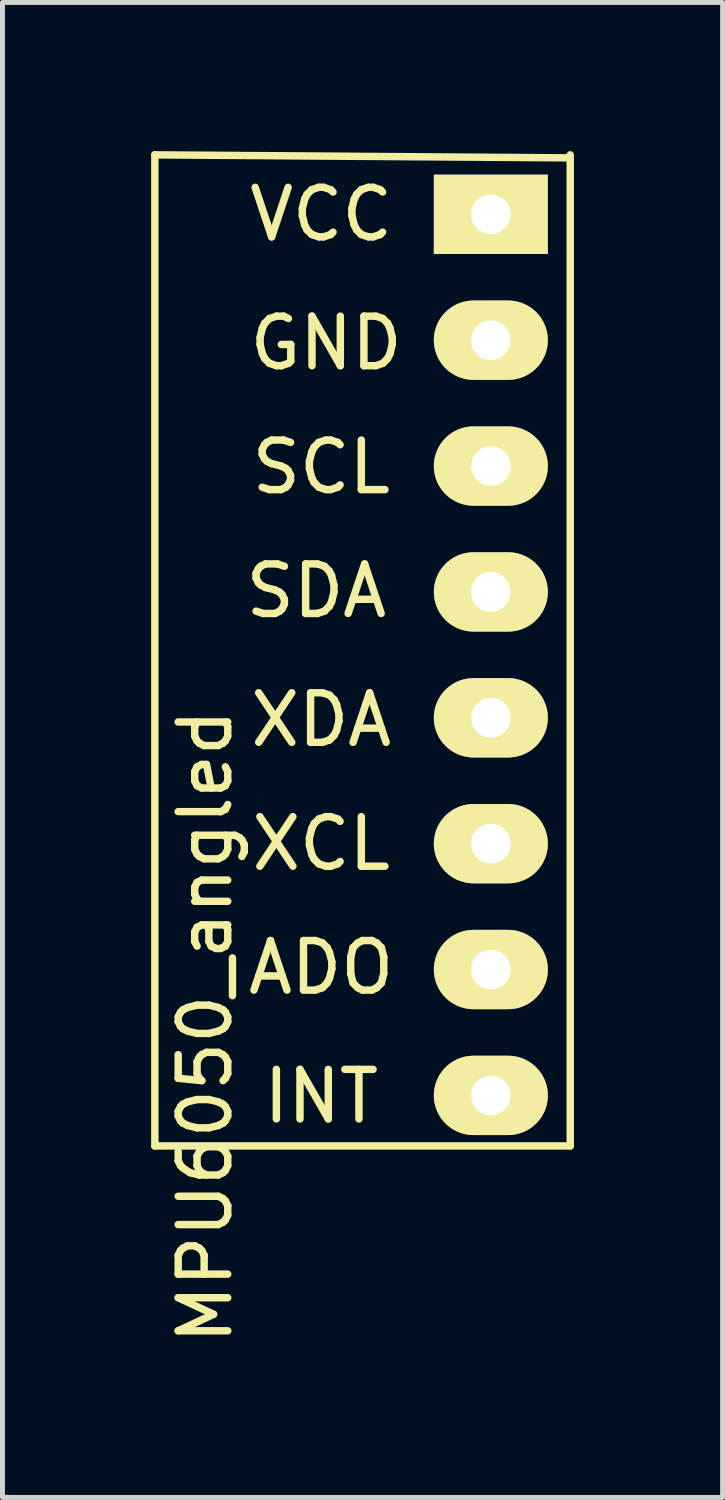
<source format=kicad_pcb>
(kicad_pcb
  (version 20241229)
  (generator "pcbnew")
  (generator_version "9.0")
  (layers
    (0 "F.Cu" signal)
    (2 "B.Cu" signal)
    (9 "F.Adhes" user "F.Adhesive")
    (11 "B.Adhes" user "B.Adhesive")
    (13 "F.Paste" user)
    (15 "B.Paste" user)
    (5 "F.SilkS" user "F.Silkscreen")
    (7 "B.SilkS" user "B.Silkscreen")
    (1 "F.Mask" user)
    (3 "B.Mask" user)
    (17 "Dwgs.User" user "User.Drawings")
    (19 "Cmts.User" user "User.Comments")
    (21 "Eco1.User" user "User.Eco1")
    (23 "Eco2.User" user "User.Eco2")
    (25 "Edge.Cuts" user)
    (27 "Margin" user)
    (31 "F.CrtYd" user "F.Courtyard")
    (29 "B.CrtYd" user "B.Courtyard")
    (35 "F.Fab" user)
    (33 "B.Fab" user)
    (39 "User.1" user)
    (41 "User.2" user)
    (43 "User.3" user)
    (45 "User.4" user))
  (footprint "MPU6050_angled"
    (layer "F.Cu")
    (at 5.155 20.075)
    (property "Reference" "MPU6050_angled" (at -4.064 -2.413 90) (layer "F.SilkS") (effects (font (size 1 1) (thickness 0.15))))
    (attr through_hole)
    (fp_line (start -5.08 -20) (end 3.302 -19.939) (stroke (width 0.15) (type solid)) (layer "F.SilkS"))
    (fp_line (start -5.08 0) (end -5.08 -20) (stroke (width 0.15) (type solid)) (layer "F.SilkS"))
    (fp_line (start 3.302 -20) (end 3.302 0) (stroke (width 0.15) (type solid)) (layer "F.SilkS"))
    (fp_line (start 3.302 0) (end -5.08 0) (stroke (width 0.15) (type solid)) (layer "F.SilkS"))
    (fp_text user "SDA" (at -1.823 -11.2 0) (layer "F.SilkS") (effects (font (size 1 1) (thickness 0.15))))
    (fp_text user "SCL" (at -1.723 -13.7 0) (layer "F.SilkS") (effects (font (size 1 1) (thickness 0.15))))
    (fp_text user "ADO" (at -1.723 -3.6 0) (layer "F.SilkS") (effects (font (size 1 1) (thickness 0.15))))
    (fp_text user "INT" (at -1.723 -1 0) (layer "F.SilkS") (effects (font (size 1 1) (thickness 0.15))))
    (fp_text user "VCC" (at -1.723 -18.8 0) (layer "F.SilkS") (effects (font (size 1 1) (thickness 0.15))))
    (fp_text user "GND" (at -1.623 -16.2 0) (layer "F.SilkS") (effects (font (size 1 1) (thickness 0.15))))
    (fp_text user "XCL" (at -1.723 -6.1 0) (layer "F.SilkS") (effects (font (size 1 1) (thickness 0.15))))
    (fp_text user "XDA" (at -1.723 -8.6 0) (layer "F.SilkS") (effects (font (size 1 1) (thickness 0.15))))
    (pad "1" thru_hole rect (at 1.7 -18.8) (size 2.3 1.6) (drill 0.8) (layers "*.Cu" "*.Mask" "F.SilkS"))
    (pad "2" thru_hole oval (at 1.7 -16.26) (size 2.3 1.6) (drill 0.8) (layers "*.Cu" "*.Mask" "F.SilkS"))
    (pad "3" thru_hole oval (at 1.7 -13.72) (size 2.3 1.6) (drill 0.8) (layers "*.Cu" "*.Mask" "F.SilkS"))
    (pad "4" thru_hole oval (at 1.7 -11.18) (size 2.3 1.6) (drill 0.8) (layers "*.Cu" "*.Mask" "F.SilkS"))
    (pad "5" thru_hole oval (at 1.7 -8.64) (size 2.3 1.6) (drill 0.8) (layers "*.Cu" "*.Mask" "F.SilkS"))
    (pad "6" thru_hole oval (at 1.7 -6.1) (size 2.3 1.6) (drill 0.8) (layers "*.Cu" "*.Mask" "F.SilkS"))
    (pad "7" thru_hole oval (at 1.7 -3.56) (size 2.3 1.6) (drill 0.8) (layers "*.Cu" "*.Mask" "F.SilkS"))
    (pad "8" thru_hole oval (at 1.7 -1.02) (size 2.3 1.6) (drill 0.8) (layers "*.Cu" "*.Mask" "F.SilkS")))
  (gr_rect
    (start -3 -3)
    (end 11.532 27.168)
    (stroke (width 0.1) (type default))
    (fill no)
    (layer "Edge.Cuts")))
</source>
